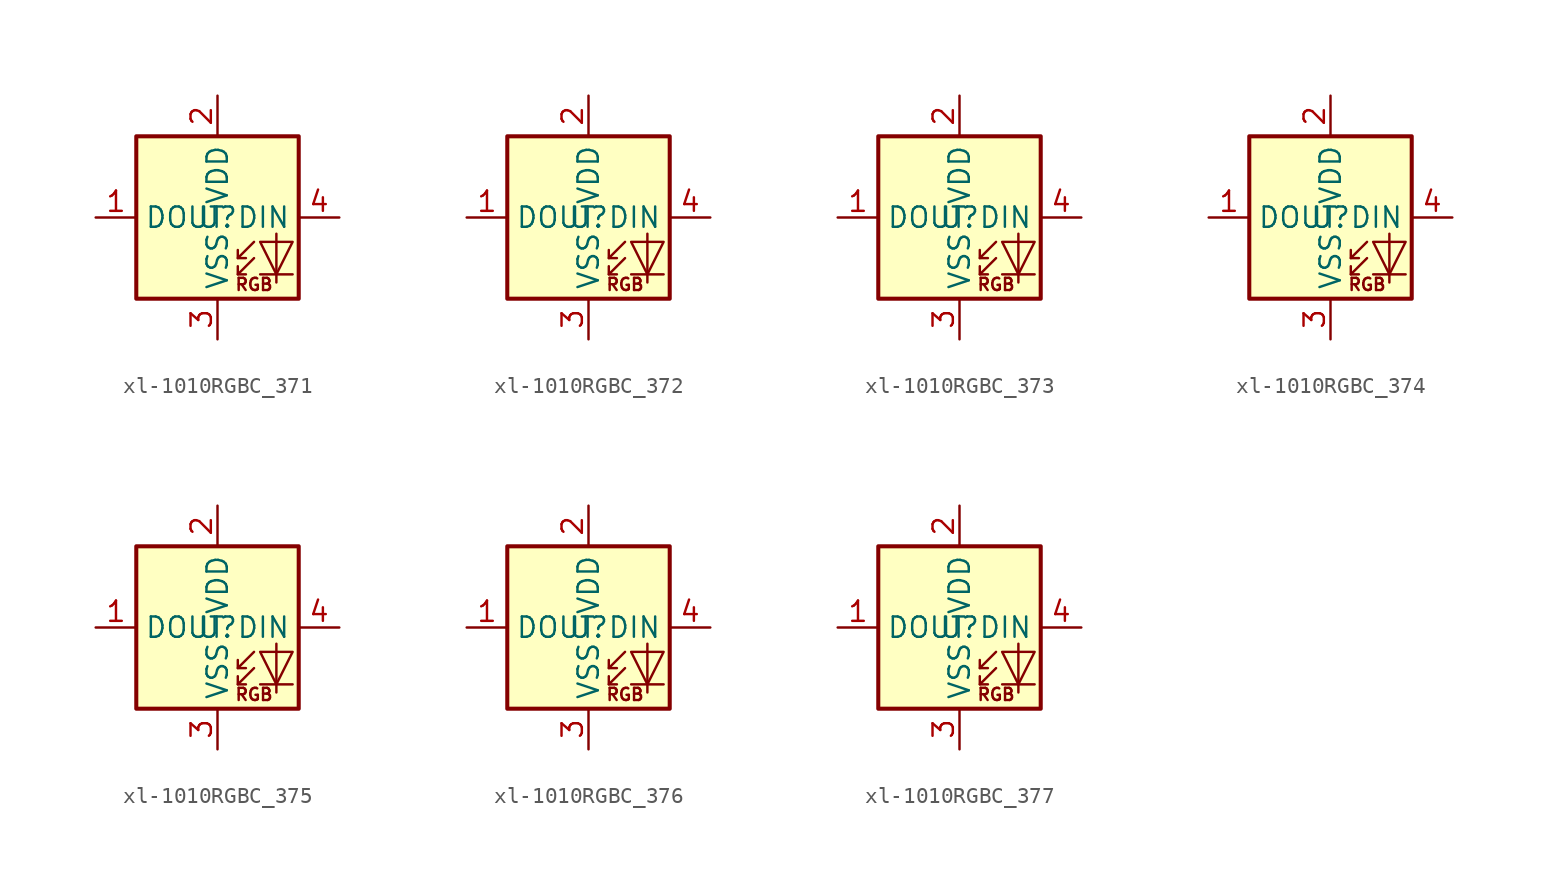
<source format=kicad_sym>
(kicad_symbol_lib
  (version 20231120)
  (generator "kicad_symbol_editor")
  (generator_version "8.0")
  (symbol "xl-1010RGBC_371"
    (property "Reference" "U"
      (at 0 0 0)
      (effects (font (size 1.27 1.27))))
    (property "Value" ""
      (at 0 0 0)
      (effects (font (size 1.27 1.27))))
    (symbol "xl-1010RGBC_371_0_0"
      (text "RGB" (at 2.286 -4.191 0) (effects (font (size 0.762 0.762)))))
    (symbol "xl-1010RGBC_371_0_1"
      (polyline (pts (xy 1.27 -3.556) (xy 1.778 -3.556)) (stroke (width 0) (type default)) (fill (type none)))
      (polyline (pts (xy 1.27 -2.54) (xy 1.778 -2.54)) (stroke (width 0) (type default)) (fill (type none)))
      (polyline (pts (xy 4.699 -3.556) (xy 2.667 -3.556)) (stroke (width 0) (type default)) (fill (type none)))
      (polyline (pts (xy 2.286 -2.54) (xy 1.27 -3.556) (xy 1.27 -3.048)) (stroke (width 0) (type default)) (fill (type none)))
      (polyline (pts (xy 2.286 -1.524) (xy 1.27 -2.54) (xy 1.27 -2.032)) (stroke (width 0) (type default)) (fill (type none)))
      (polyline (pts (xy 3.683 -1.016) (xy 3.683 -3.556) (xy 3.683 -4.064)) (stroke (width 0) (type default)) (fill (type none)))
      (polyline (pts (xy 4.699 -1.524) (xy 2.667 -1.524) (xy 3.683 -3.556) (xy 4.699 -1.524)) (stroke (width 0) (type default)) (fill (type none)))
      (rectangle (start 5.08 5.08) (end -5.08 -5.08) (stroke (width 0.254) (type default)) (fill (type background))))
    (symbol "xl-1010RGBC_371_1_1"
      (pin output line (at -7.62 0 0) (length 2.54) (name "DOUT" (effects (font (size 1.27 1.27)))) (number "1" (effects (font (size 1.27 1.27)))))
      (pin power_in line (at 0 7.62 270) (length 2.54) (name "VDD" (effects (font (size 1.27 1.27)))) (number "2" (effects (font (size 1.27 1.27)))))
      (pin power_in line (at 0 -7.62 90) (length 2.54) (name "VSS" (effects (font (size 1.27 1.27)))) (number "3" (effects (font (size 1.27 1.27)))))
      (pin input line (at 7.62 0 180) (length 2.54) (name "DIN" (effects (font (size 1.27 1.27)))) (number "4" (effects (font (size 1.27 1.27)))))))
  (symbol "xl-1010RGBC_372"
    (property "Reference" "U"
      (at 0 0 0)
      (effects (font (size 1.27 1.27))))
    (property "Value" ""
      (at 0 0 0)
      (effects (font (size 1.27 1.27))))
    (symbol "xl-1010RGBC_372_0_0"
      (text "RGB" (at 2.286 -4.191 0) (effects (font (size 0.762 0.762)))))
    (symbol "xl-1010RGBC_372_0_1"
      (polyline (pts (xy 1.27 -3.556) (xy 1.778 -3.556)) (stroke (width 0) (type default)) (fill (type none)))
      (polyline (pts (xy 1.27 -2.54) (xy 1.778 -2.54)) (stroke (width 0) (type default)) (fill (type none)))
      (polyline (pts (xy 4.699 -3.556) (xy 2.667 -3.556)) (stroke (width 0) (type default)) (fill (type none)))
      (polyline (pts (xy 2.286 -2.54) (xy 1.27 -3.556) (xy 1.27 -3.048)) (stroke (width 0) (type default)) (fill (type none)))
      (polyline (pts (xy 2.286 -1.524) (xy 1.27 -2.54) (xy 1.27 -2.032)) (stroke (width 0) (type default)) (fill (type none)))
      (polyline (pts (xy 3.683 -1.016) (xy 3.683 -3.556) (xy 3.683 -4.064)) (stroke (width 0) (type default)) (fill (type none)))
      (polyline (pts (xy 4.699 -1.524) (xy 2.667 -1.524) (xy 3.683 -3.556) (xy 4.699 -1.524)) (stroke (width 0) (type default)) (fill (type none)))
      (rectangle (start 5.08 5.08) (end -5.08 -5.08) (stroke (width 0.254) (type default)) (fill (type background))))
    (symbol "xl-1010RGBC_372_1_1"
      (pin output line (at -7.62 0 0) (length 2.54) (name "DOUT" (effects (font (size 1.27 1.27)))) (number "1" (effects (font (size 1.27 1.27)))))
      (pin power_in line (at 0 7.62 270) (length 2.54) (name "VDD" (effects (font (size 1.27 1.27)))) (number "2" (effects (font (size 1.27 1.27)))))
      (pin power_in line (at 0 -7.62 90) (length 2.54) (name "VSS" (effects (font (size 1.27 1.27)))) (number "3" (effects (font (size 1.27 1.27)))))
      (pin input line (at 7.62 0 180) (length 2.54) (name "DIN" (effects (font (size 1.27 1.27)))) (number "4" (effects (font (size 1.27 1.27)))))))
  (symbol "xl-1010RGBC_373"
    (property "Reference" "U"
      (at 0 0 0)
      (effects (font (size 1.27 1.27))))
    (property "Value" ""
      (at 0 0 0)
      (effects (font (size 1.27 1.27))))
    (symbol "xl-1010RGBC_373_0_0"
      (text "RGB" (at 2.286 -4.191 0) (effects (font (size 0.762 0.762)))))
    (symbol "xl-1010RGBC_373_0_1"
      (polyline (pts (xy 1.27 -3.556) (xy 1.778 -3.556)) (stroke (width 0) (type default)) (fill (type none)))
      (polyline (pts (xy 1.27 -2.54) (xy 1.778 -2.54)) (stroke (width 0) (type default)) (fill (type none)))
      (polyline (pts (xy 4.699 -3.556) (xy 2.667 -3.556)) (stroke (width 0) (type default)) (fill (type none)))
      (polyline (pts (xy 2.286 -2.54) (xy 1.27 -3.556) (xy 1.27 -3.048)) (stroke (width 0) (type default)) (fill (type none)))
      (polyline (pts (xy 2.286 -1.524) (xy 1.27 -2.54) (xy 1.27 -2.032)) (stroke (width 0) (type default)) (fill (type none)))
      (polyline (pts (xy 3.683 -1.016) (xy 3.683 -3.556) (xy 3.683 -4.064)) (stroke (width 0) (type default)) (fill (type none)))
      (polyline (pts (xy 4.699 -1.524) (xy 2.667 -1.524) (xy 3.683 -3.556) (xy 4.699 -1.524)) (stroke (width 0) (type default)) (fill (type none)))
      (rectangle (start 5.08 5.08) (end -5.08 -5.08) (stroke (width 0.254) (type default)) (fill (type background))))
    (symbol "xl-1010RGBC_373_1_1"
      (pin output line (at -7.62 0 0) (length 2.54) (name "DOUT" (effects (font (size 1.27 1.27)))) (number "1" (effects (font (size 1.27 1.27)))))
      (pin power_in line (at 0 7.62 270) (length 2.54) (name "VDD" (effects (font (size 1.27 1.27)))) (number "2" (effects (font (size 1.27 1.27)))))
      (pin power_in line (at 0 -7.62 90) (length 2.54) (name "VSS" (effects (font (size 1.27 1.27)))) (number "3" (effects (font (size 1.27 1.27)))))
      (pin input line (at 7.62 0 180) (length 2.54) (name "DIN" (effects (font (size 1.27 1.27)))) (number "4" (effects (font (size 1.27 1.27)))))))
  (symbol "xl-1010RGBC_374"
    (property "Reference" "U"
      (at 0 0 0)
      (effects (font (size 1.27 1.27))))
    (property "Value" ""
      (at 0 0 0)
      (effects (font (size 1.27 1.27))))
    (symbol "xl-1010RGBC_374_0_0"
      (text "RGB" (at 2.286 -4.191 0) (effects (font (size 0.762 0.762)))))
    (symbol "xl-1010RGBC_374_0_1"
      (polyline (pts (xy 1.27 -3.556) (xy 1.778 -3.556)) (stroke (width 0) (type default)) (fill (type none)))
      (polyline (pts (xy 1.27 -2.54) (xy 1.778 -2.54)) (stroke (width 0) (type default)) (fill (type none)))
      (polyline (pts (xy 4.699 -3.556) (xy 2.667 -3.556)) (stroke (width 0) (type default)) (fill (type none)))
      (polyline (pts (xy 2.286 -2.54) (xy 1.27 -3.556) (xy 1.27 -3.048)) (stroke (width 0) (type default)) (fill (type none)))
      (polyline (pts (xy 2.286 -1.524) (xy 1.27 -2.54) (xy 1.27 -2.032)) (stroke (width 0) (type default)) (fill (type none)))
      (polyline (pts (xy 3.683 -1.016) (xy 3.683 -3.556) (xy 3.683 -4.064)) (stroke (width 0) (type default)) (fill (type none)))
      (polyline (pts (xy 4.699 -1.524) (xy 2.667 -1.524) (xy 3.683 -3.556) (xy 4.699 -1.524)) (stroke (width 0) (type default)) (fill (type none)))
      (rectangle (start 5.08 5.08) (end -5.08 -5.08) (stroke (width 0.254) (type default)) (fill (type background))))
    (symbol "xl-1010RGBC_374_1_1"
      (pin output line (at -7.62 0 0) (length 2.54) (name "DOUT" (effects (font (size 1.27 1.27)))) (number "1" (effects (font (size 1.27 1.27)))))
      (pin power_in line (at 0 7.62 270) (length 2.54) (name "VDD" (effects (font (size 1.27 1.27)))) (number "2" (effects (font (size 1.27 1.27)))))
      (pin power_in line (at 0 -7.62 90) (length 2.54) (name "VSS" (effects (font (size 1.27 1.27)))) (number "3" (effects (font (size 1.27 1.27)))))
      (pin input line (at 7.62 0 180) (length 2.54) (name "DIN" (effects (font (size 1.27 1.27)))) (number "4" (effects (font (size 1.27 1.27)))))))
  (symbol "xl-1010RGBC_375"
    (property "Reference" "U"
      (at 0 0 0)
      (effects (font (size 1.27 1.27))))
    (property "Value" ""
      (at 0 0 0)
      (effects (font (size 1.27 1.27))))
    (symbol "xl-1010RGBC_375_0_0"
      (text "RGB" (at 2.286 -4.191 0) (effects (font (size 0.762 0.762)))))
    (symbol "xl-1010RGBC_375_0_1"
      (polyline (pts (xy 1.27 -3.556) (xy 1.778 -3.556)) (stroke (width 0) (type default)) (fill (type none)))
      (polyline (pts (xy 1.27 -2.54) (xy 1.778 -2.54)) (stroke (width 0) (type default)) (fill (type none)))
      (polyline (pts (xy 4.699 -3.556) (xy 2.667 -3.556)) (stroke (width 0) (type default)) (fill (type none)))
      (polyline (pts (xy 2.286 -2.54) (xy 1.27 -3.556) (xy 1.27 -3.048)) (stroke (width 0) (type default)) (fill (type none)))
      (polyline (pts (xy 2.286 -1.524) (xy 1.27 -2.54) (xy 1.27 -2.032)) (stroke (width 0) (type default)) (fill (type none)))
      (polyline (pts (xy 3.683 -1.016) (xy 3.683 -3.556) (xy 3.683 -4.064)) (stroke (width 0) (type default)) (fill (type none)))
      (polyline (pts (xy 4.699 -1.524) (xy 2.667 -1.524) (xy 3.683 -3.556) (xy 4.699 -1.524)) (stroke (width 0) (type default)) (fill (type none)))
      (rectangle (start 5.08 5.08) (end -5.08 -5.08) (stroke (width 0.254) (type default)) (fill (type background))))
    (symbol "xl-1010RGBC_375_1_1"
      (pin output line (at -7.62 0 0) (length 2.54) (name "DOUT" (effects (font (size 1.27 1.27)))) (number "1" (effects (font (size 1.27 1.27)))))
      (pin power_in line (at 0 7.62 270) (length 2.54) (name "VDD" (effects (font (size 1.27 1.27)))) (number "2" (effects (font (size 1.27 1.27)))))
      (pin power_in line (at 0 -7.62 90) (length 2.54) (name "VSS" (effects (font (size 1.27 1.27)))) (number "3" (effects (font (size 1.27 1.27)))))
      (pin input line (at 7.62 0 180) (length 2.54) (name "DIN" (effects (font (size 1.27 1.27)))) (number "4" (effects (font (size 1.27 1.27)))))))
  (symbol "xl-1010RGBC_376"
    (property "Reference" "U"
      (at 0 0 0)
      (effects (font (size 1.27 1.27))))
    (property "Value" ""
      (at 0 0 0)
      (effects (font (size 1.27 1.27))))
    (symbol "xl-1010RGBC_376_0_0"
      (text "RGB" (at 2.286 -4.191 0) (effects (font (size 0.762 0.762)))))
    (symbol "xl-1010RGBC_376_0_1"
      (polyline (pts (xy 1.27 -3.556) (xy 1.778 -3.556)) (stroke (width 0) (type default)) (fill (type none)))
      (polyline (pts (xy 1.27 -2.54) (xy 1.778 -2.54)) (stroke (width 0) (type default)) (fill (type none)))
      (polyline (pts (xy 4.699 -3.556) (xy 2.667 -3.556)) (stroke (width 0) (type default)) (fill (type none)))
      (polyline (pts (xy 2.286 -2.54) (xy 1.27 -3.556) (xy 1.27 -3.048)) (stroke (width 0) (type default)) (fill (type none)))
      (polyline (pts (xy 2.286 -1.524) (xy 1.27 -2.54) (xy 1.27 -2.032)) (stroke (width 0) (type default)) (fill (type none)))
      (polyline (pts (xy 3.683 -1.016) (xy 3.683 -3.556) (xy 3.683 -4.064)) (stroke (width 0) (type default)) (fill (type none)))
      (polyline (pts (xy 4.699 -1.524) (xy 2.667 -1.524) (xy 3.683 -3.556) (xy 4.699 -1.524)) (stroke (width 0) (type default)) (fill (type none)))
      (rectangle (start 5.08 5.08) (end -5.08 -5.08) (stroke (width 0.254) (type default)) (fill (type background))))
    (symbol "xl-1010RGBC_376_1_1"
      (pin output line (at -7.62 0 0) (length 2.54) (name "DOUT" (effects (font (size 1.27 1.27)))) (number "1" (effects (font (size 1.27 1.27)))))
      (pin power_in line (at 0 7.62 270) (length 2.54) (name "VDD" (effects (font (size 1.27 1.27)))) (number "2" (effects (font (size 1.27 1.27)))))
      (pin power_in line (at 0 -7.62 90) (length 2.54) (name "VSS" (effects (font (size 1.27 1.27)))) (number "3" (effects (font (size 1.27 1.27)))))
      (pin input line (at 7.62 0 180) (length 2.54) (name "DIN" (effects (font (size 1.27 1.27)))) (number "4" (effects (font (size 1.27 1.27)))))))
  (symbol "xl-1010RGBC_377"
    (property "Reference" "U"
      (at 0 0 0)
      (effects (font (size 1.27 1.27))))
    (property "Value" ""
      (at 0 0 0)
      (effects (font (size 1.27 1.27))))
    (symbol "xl-1010RGBC_377_0_0"
      (text "RGB" (at 2.286 -4.191 0) (effects (font (size 0.762 0.762)))))
    (symbol "xl-1010RGBC_377_0_1"
      (polyline (pts (xy 1.27 -3.556) (xy 1.778 -3.556)) (stroke (width 0) (type default)) (fill (type none)))
      (polyline (pts (xy 1.27 -2.54) (xy 1.778 -2.54)) (stroke (width 0) (type default)) (fill (type none)))
      (polyline (pts (xy 4.699 -3.556) (xy 2.667 -3.556)) (stroke (width 0) (type default)) (fill (type none)))
      (polyline (pts (xy 2.286 -2.54) (xy 1.27 -3.556) (xy 1.27 -3.048)) (stroke (width 0) (type default)) (fill (type none)))
      (polyline (pts (xy 2.286 -1.524) (xy 1.27 -2.54) (xy 1.27 -2.032)) (stroke (width 0) (type default)) (fill (type none)))
      (polyline (pts (xy 3.683 -1.016) (xy 3.683 -3.556) (xy 3.683 -4.064)) (stroke (width 0) (type default)) (fill (type none)))
      (polyline (pts (xy 4.699 -1.524) (xy 2.667 -1.524) (xy 3.683 -3.556) (xy 4.699 -1.524)) (stroke (width 0) (type default)) (fill (type none)))
      (rectangle (start 5.08 5.08) (end -5.08 -5.08) (stroke (width 0.254) (type default)) (fill (type background))))
    (symbol "xl-1010RGBC_377_1_1"
      (pin output line (at -7.62 0 0) (length 2.54) (name "DOUT" (effects (font (size 1.27 1.27)))) (number "1" (effects (font (size 1.27 1.27)))))
      (pin power_in line (at 0 7.62 270) (length 2.54) (name "VDD" (effects (font (size 1.27 1.27)))) (number "2" (effects (font (size 1.27 1.27)))))
      (pin power_in line (at 0 -7.62 90) (length 2.54) (name "VSS" (effects (font (size 1.27 1.27)))) (number "3" (effects (font (size 1.27 1.27)))))
      (pin input line (at 7.62 0 180) (length 2.54) (name "DIN" (effects (font (size 1.27 1.27)))) (number "4" (effects (font (size 1.27 1.27))))))))
</source>
